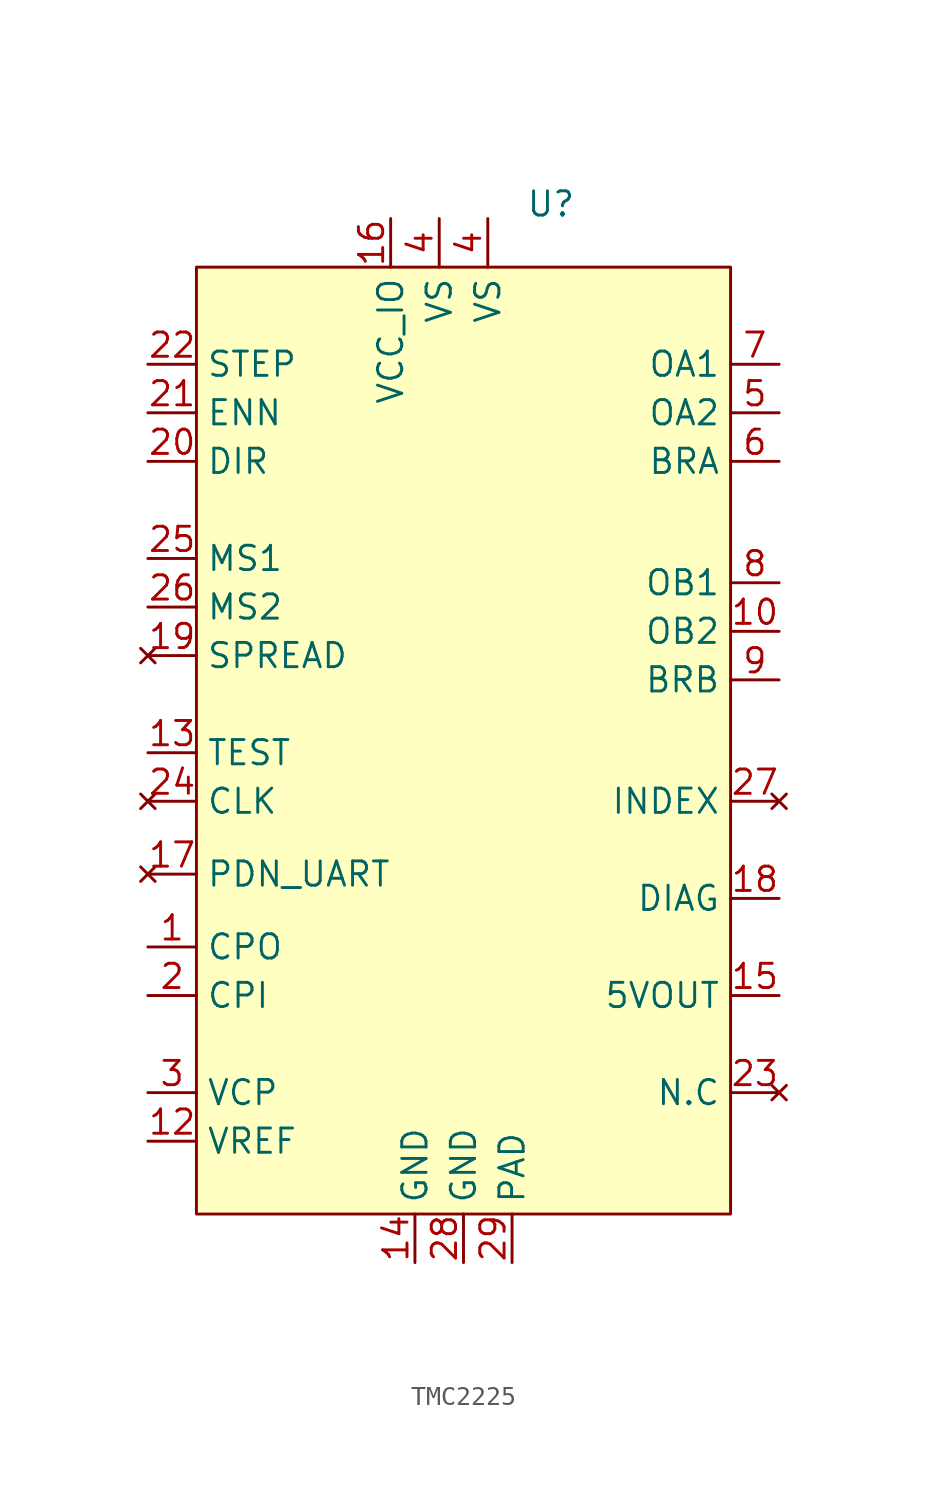
<source format=kicad_sym>
(kicad_symbol_lib
  (version 20241209)
  (generator "kicad_symbol_editor")
  (generator_version "9.0")
  (symbol "TMC2225"
    (property "Reference" "U"
      (at 13.462 45.212 0)
      (effects (font (size 1.27 1.27))))
    (property "Value" ""
      (at 0 0 0)
      (effects (font (size 1.27 1.27))))
    (symbol "TMC2225_1_1"
      (rectangle (start -5.08 41.91) (end 22.86 -7.62) (stroke (width 0) (type solid)) (fill (type color) (color 255 255 194 1)))
      (pin input line (at -7.62 36.83 0) (length 2.54) (name "STEP" (effects (font (size 1.27 1.27)))) (number "22" (effects (font (size 1.27 1.27)))))
      (pin input line (at -7.62 34.29 0) (length 2.54) (name "ENN" (effects (font (size 1.27 1.27)))) (number "21" (effects (font (size 1.27 1.27)))))
      (pin input line (at -7.62 31.75 0) (length 2.54) (name "DIR" (effects (font (size 1.27 1.27)))) (number "20" (effects (font (size 1.27 1.27)))))
      (pin input line (at -7.62 26.67 0) (length 2.54) (name "MS1" (effects (font (size 1.27 1.27)))) (number "25" (effects (font (size 1.27 1.27)))))
      (pin input line (at -7.62 24.13 0) (length 2.54) (name "MS2" (effects (font (size 1.27 1.27)))) (number "26" (effects (font (size 1.27 1.27)))))
      (pin no_connect line (at -7.62 21.59 0) (length 2.54) (name "SPREAD" (effects (font (size 1.27 1.27)))) (number "19" (effects (font (size 1.27 1.27)))))
      (pin input line (at -7.62 16.51 0) (length 2.54) (name "TEST" (effects (font (size 1.27 1.27)))) (number "13" (effects (font (size 1.27 1.27)))))
      (pin no_connect line (at -7.62 13.97 0) (length 2.54) (name "CLK" (effects (font (size 1.27 1.27)))) (number "24" (effects (font (size 1.27 1.27)))))
      (pin no_connect line (at -7.62 10.16 0) (length 2.54) (name "PDN_UART" (effects (font (size 1.27 1.27)))) (number "17" (effects (font (size 1.27 1.27)))))
      (pin passive line (at -7.62 6.35 0) (length 2.54) (name "CPO" (effects (font (size 1.27 1.27)))) (number "1" (effects (font (size 1.27 1.27)))))
      (pin passive line (at -7.62 3.81 0) (length 2.54) (name "CPI" (effects (font (size 1.27 1.27)))) (number "2" (effects (font (size 1.27 1.27)))))
      (pin passive line (at -7.62 -1.27 0) (length 2.54) (name "VCP" (effects (font (size 1.27 1.27)))) (number "3" (effects (font (size 1.27 1.27)))))
      (pin input line (at -7.62 -3.81 0) (length 2.54) (name "VREF" (effects (font (size 1.27 1.27)))) (number "12" (effects (font (size 1.27 1.27)))))
      (pin input line (at 5.08 44.45 270) (length 2.54) (name "VCC_IO" (effects (font (size 1.27 1.27)))) (number "16" (effects (font (size 1.27 1.27)))))
      (pin input line (at 6.35 -10.16 90) (length 2.54) (name "GND" (effects (font (size 1.27 1.27)))) (number "14" (effects (font (size 1.27 1.27)))))
      (pin input line (at 7.62 44.45 270) (length 2.54) (name "VS" (effects (font (size 1.27 1.27)))) (number "4" (effects (font (size 1.27 1.27)))))
      (pin input line (at 8.89 -10.16 90) (length 2.54) (name "GND" (effects (font (size 1.27 1.27)))) (number "28" (effects (font (size 1.27 1.27)))))
      (pin input line (at 10.16 44.45 270) (length 2.54) (name "VS" (effects (font (size 1.27 1.27)))) (number "4" (effects (font (size 1.27 1.27)))))
      (pin input line (at 11.43 -10.16 90) (length 2.54) (name "PAD" (effects (font (size 1.27 1.27)))) (number "29" (effects (font (size 1.27 1.27)))))
      (pin output line (at 25.4 36.83 180) (length 2.54) (name "OA1" (effects (font (size 1.27 1.27)))) (number "7" (effects (font (size 1.27 1.27)))))
      (pin output line (at 25.4 34.29 180) (length 2.54) (name "OA2" (effects (font (size 1.27 1.27)))) (number "5" (effects (font (size 1.27 1.27)))))
      (pin output line (at 25.4 31.75 180) (length 2.54) (name "BRA" (effects (font (size 1.27 1.27)))) (number "6" (effects (font (size 1.27 1.27)))))
      (pin output line (at 25.4 25.4 180) (length 2.54) (name "OB1" (effects (font (size 1.27 1.27)))) (number "8" (effects (font (size 1.27 1.27)))))
      (pin output line (at 25.4 22.86 180) (length 2.54) (name "OB2" (effects (font (size 1.27 1.27)))) (number "10" (effects (font (size 1.27 1.27)))))
      (pin output line (at 25.4 20.32 180) (length 2.54) (name "BRB" (effects (font (size 1.27 1.27)))) (number "9" (effects (font (size 1.27 1.27)))))
      (pin no_connect line (at 25.4 13.97 180) (length 2.54) (name "INDEX" (effects (font (size 1.27 1.27)))) (number "27" (effects (font (size 1.27 1.27)))))
      (pin output line (at 25.4 8.89 180) (length 2.54) (name "DIAG" (effects (font (size 1.27 1.27)))) (number "18" (effects (font (size 1.27 1.27)))))
      (pin passive line (at 25.4 3.81 180) (length 2.54) (name "5VOUT" (effects (font (size 1.27 1.27)))) (number "15" (effects (font (size 1.27 1.27)))))
      (pin no_connect line (at 25.4 -1.27 180) (length 2.54) (name "N.C" (effects (font (size 1.27 1.27)))) (number "23" (effects (font (size 1.27 1.27))))))))
</source>
